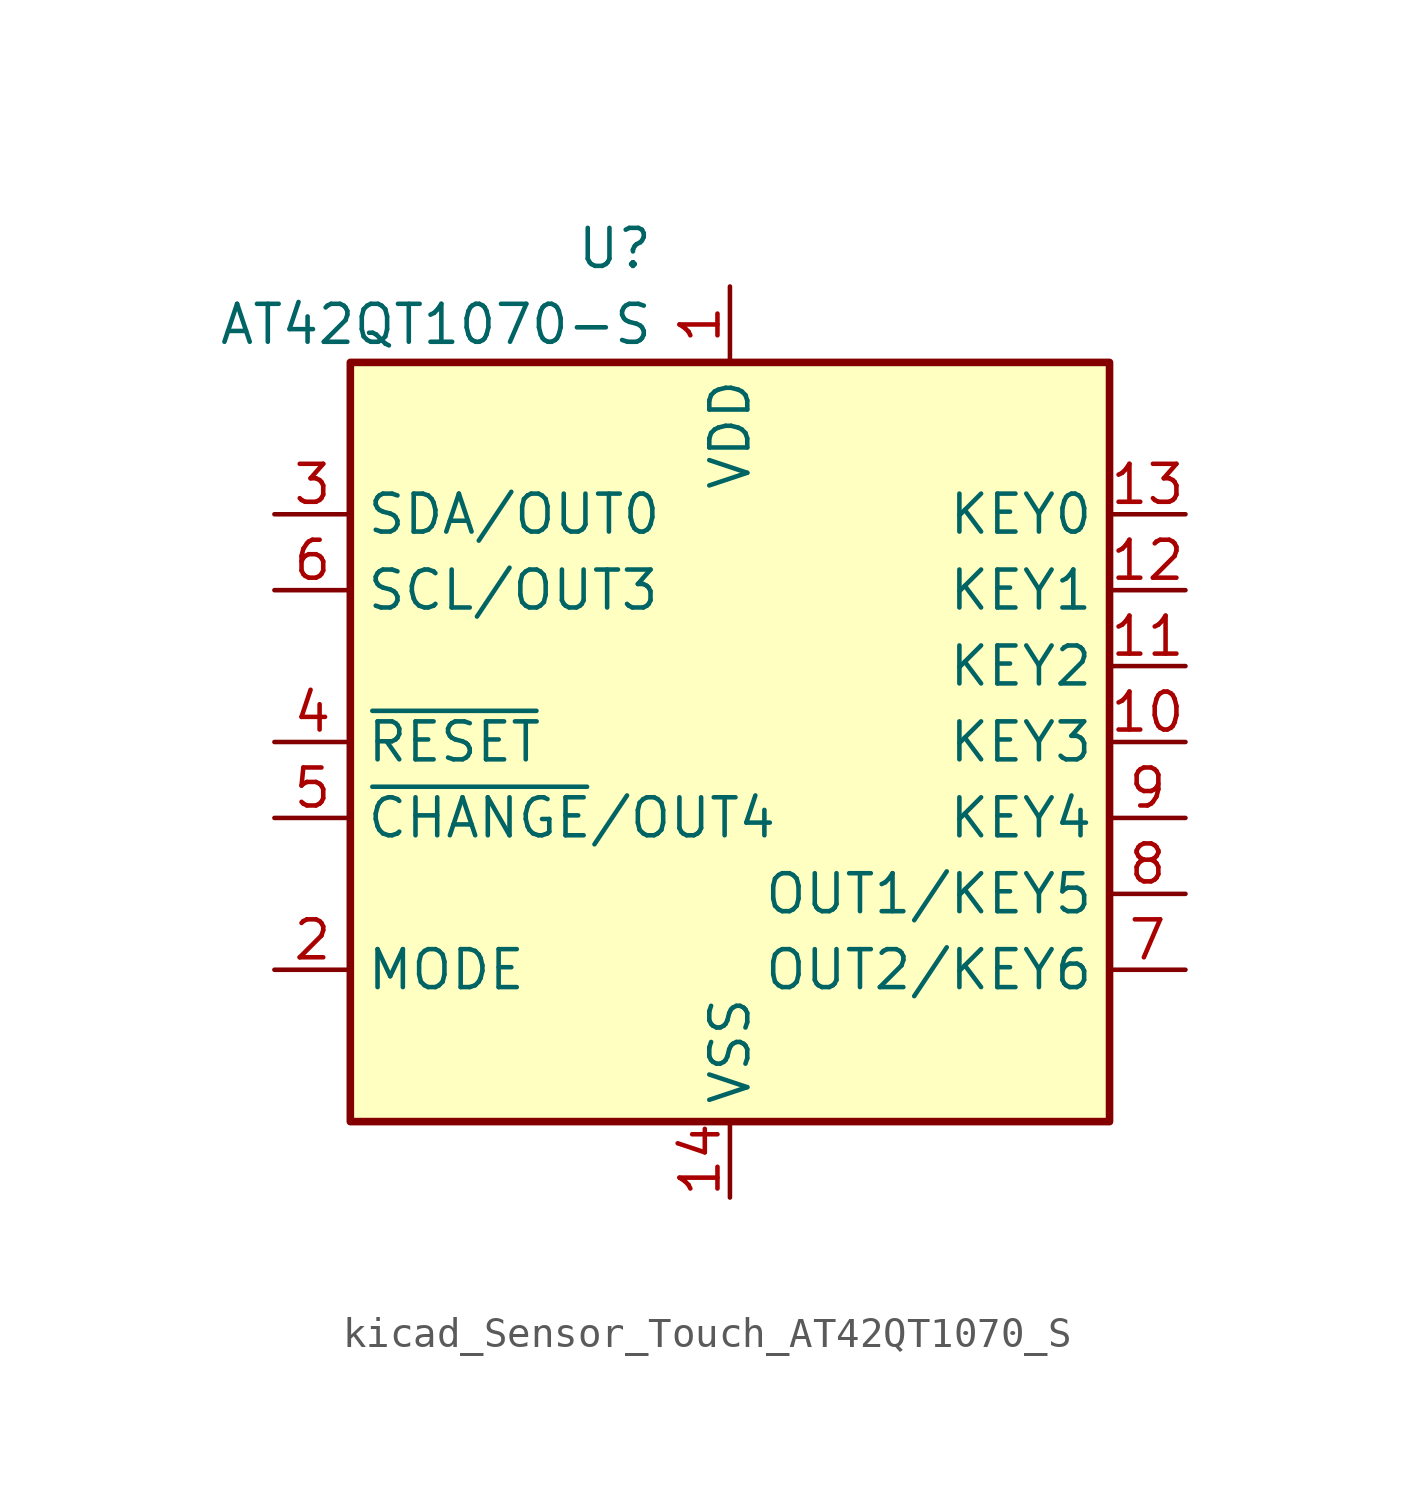
<source format=kicad_sym>
(kicad_symbol_lib
  (version 20220914)
  (generator kicad_symbol_editor)
  (symbol "kicad_Sensor_Touch_AT42QT1070_S"
    (property "Reference" "U"
      (at -2.54 16.51 0)
      (effects (font (size 1.27 1.27)) (justify right)))
    (property "Value" "AT42QT1070-S"
      (at -2.54 13.97 0)
      (effects (font (size 1.27 1.27)) (justify right)))
    (symbol "kicad_Sensor_Touch_AT42QT1070_S_0_1"
      (rectangle (start -12.7 12.7) (end 12.7 -12.7) (stroke (width 0.254) (type default)) (fill (type background))))
    (symbol "kicad_Sensor_Touch_AT42QT1070_S_1_1"
      (pin power_in line (at 0 15.24 270) (length 2.54) (name "VDD" (effects (font (size 1.27 1.27)))) (number "1" (effects (font (size 1.27 1.27)))))
      (pin passive line (at 15.24 0 180) (length 2.54) (name "KEY3" (effects (font (size 1.27 1.27)))) (number "10" (effects (font (size 1.27 1.27)))))
      (pin passive line (at 15.24 2.54 180) (length 2.54) (name "KEY2" (effects (font (size 1.27 1.27)))) (number "11" (effects (font (size 1.27 1.27)))))
      (pin passive line (at 15.24 5.08 180) (length 2.54) (name "KEY1" (effects (font (size 1.27 1.27)))) (number "12" (effects (font (size 1.27 1.27)))))
      (pin passive line (at 15.24 7.62 180) (length 2.54) (name "KEY0" (effects (font (size 1.27 1.27)))) (number "13" (effects (font (size 1.27 1.27)))))
      (pin power_in line (at 0 -15.24 90) (length 2.54) (name "VSS" (effects (font (size 1.27 1.27)))) (number "14" (effects (font (size 1.27 1.27)))))
      (pin input line (at -15.24 -7.62 0) (length 2.54) (name "MODE" (effects (font (size 1.27 1.27)))) (number "2" (effects (font (size 1.27 1.27)))))
      (pin bidirectional line (at -15.24 7.62 0) (length 2.54) (name "SDA/OUT0" (effects (font (size 1.27 1.27)))) (number "3" (effects (font (size 1.27 1.27)))))
      (pin input line (at -15.24 0 0) (length 2.54) (name "~{RESET}" (effects (font (size 1.27 1.27)))) (number "4" (effects (font (size 1.27 1.27)))))
      (pin open_collector line (at -15.24 -2.54 0) (length 2.54) (name "~{CHANGE}/OUT4" (effects (font (size 1.27 1.27)))) (number "5" (effects (font (size 1.27 1.27)))))
      (pin bidirectional line (at -15.24 5.08 0) (length 2.54) (name "SCL/OUT3" (effects (font (size 1.27 1.27)))) (number "6" (effects (font (size 1.27 1.27)))))
      (pin output line (at 15.24 -7.62 180) (length 2.54) (name "OUT2/KEY6" (effects (font (size 1.27 1.27)))) (number "7" (effects (font (size 1.27 1.27)))))
      (pin output line (at 15.24 -5.08 180) (length 2.54) (name "OUT1/KEY5" (effects (font (size 1.27 1.27)))) (number "8" (effects (font (size 1.27 1.27)))))
      (pin passive line (at 15.24 -2.54 180) (length 2.54) (name "KEY4" (effects (font (size 1.27 1.27)))) (number "9" (effects (font (size 1.27 1.27))))))))
</source>
